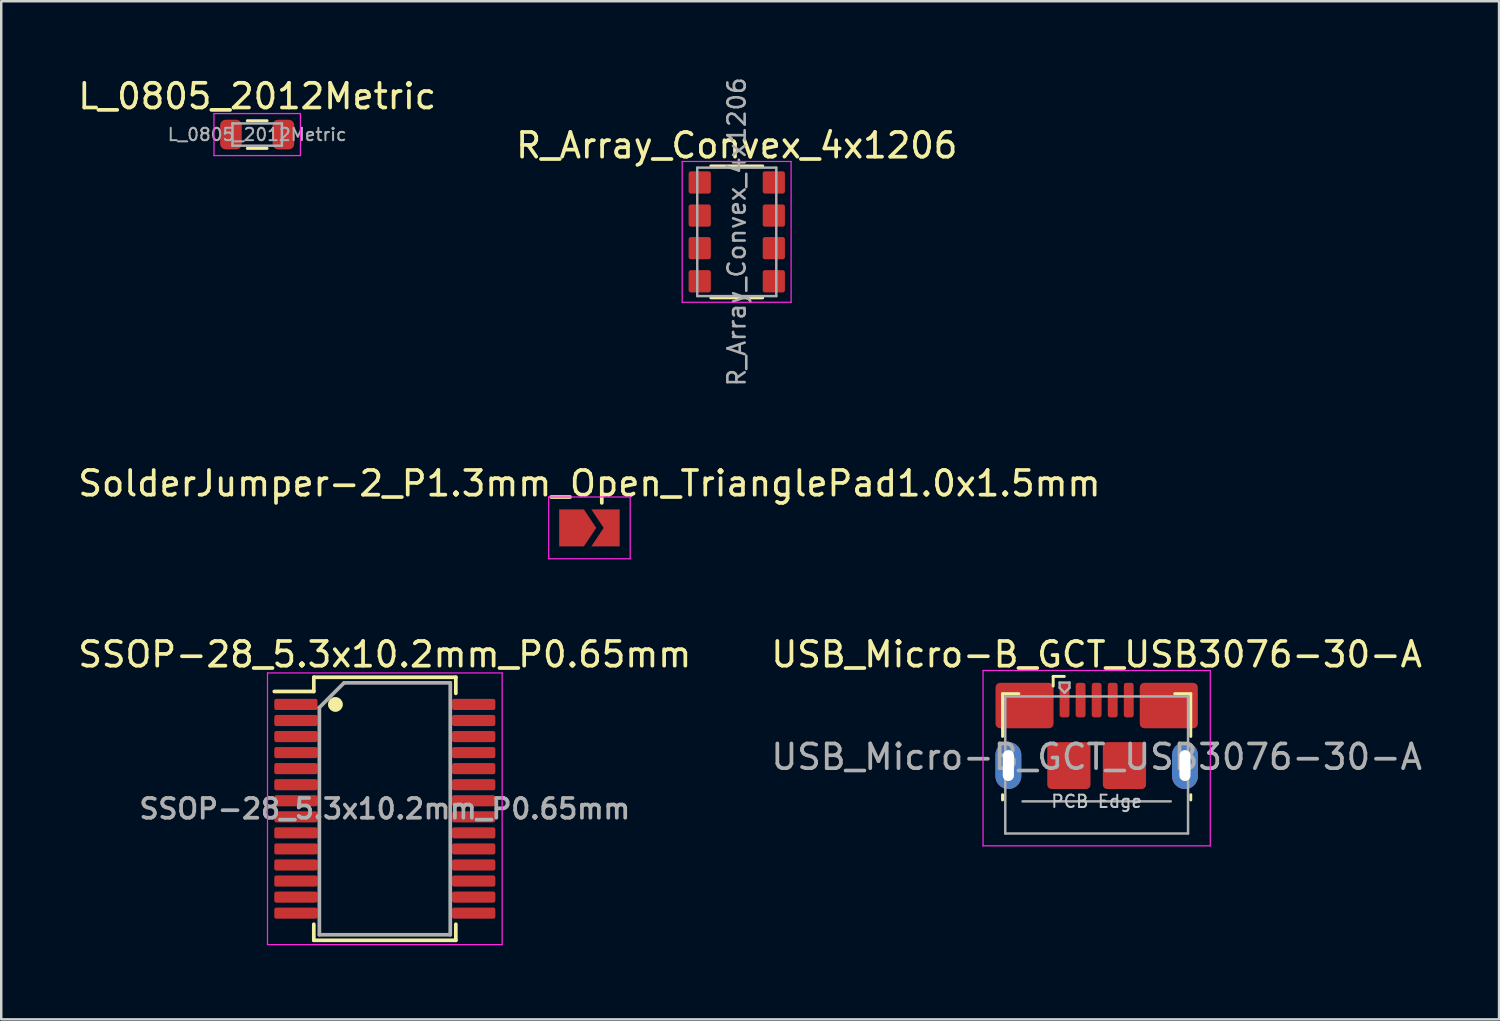
<source format=kicad_pcb>
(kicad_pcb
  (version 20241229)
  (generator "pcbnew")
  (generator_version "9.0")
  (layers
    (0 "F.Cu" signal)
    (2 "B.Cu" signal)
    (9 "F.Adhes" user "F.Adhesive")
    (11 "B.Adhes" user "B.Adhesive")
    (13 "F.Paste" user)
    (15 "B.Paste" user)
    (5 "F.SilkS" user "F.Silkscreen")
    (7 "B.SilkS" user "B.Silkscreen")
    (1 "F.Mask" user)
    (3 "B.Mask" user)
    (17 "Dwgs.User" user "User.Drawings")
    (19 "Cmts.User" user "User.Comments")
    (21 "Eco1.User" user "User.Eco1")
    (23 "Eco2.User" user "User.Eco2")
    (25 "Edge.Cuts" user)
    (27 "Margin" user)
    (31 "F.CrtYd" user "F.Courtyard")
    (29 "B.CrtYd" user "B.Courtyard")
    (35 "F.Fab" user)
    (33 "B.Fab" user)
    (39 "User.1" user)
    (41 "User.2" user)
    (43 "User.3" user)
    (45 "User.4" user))
  (footprint "SolderJumper-2_P1.3mm_Open_TrianglePad1.0x1.5mm"
    (layer "F.Cu")
    (at 20.815 18.323)
    (property "Reference" "SolderJumper-2_P1.3mm_Open_TrianglePad1.0x1.5mm" (at 0 -1.8 0) (layer "F.SilkS") (effects (font (size 1 1) (thickness 0.15))))
    (attr exclude_from_pos_files exclude_from_bom)
    (fp_line (start -1.65 -1.25) (end -1.65 1.25) (stroke (width 0.05) (type solid)) (layer "F.CrtYd"))
    (fp_line (start -1.65 -1.25) (end 1.65 -1.25) (stroke (width 0.05) (type solid)) (layer "F.CrtYd"))
    (fp_line (start 1.65 1.25) (end -1.65 1.25) (stroke (width 0.05) (type solid)) (layer "F.CrtYd"))
    (fp_line (start 1.65 1.25) (end 1.65 -1.25) (stroke (width 0.05) (type solid)) (layer "F.CrtYd"))
    (pad "1" smd custom (at -0.725 0) (size 0.3 0.3) (layers "F.Cu" "F.Mask") (options (anchor rect)) (primitives (gr_poly (pts (xy -0.5 -0.75) (xy 0.5 -0.75) (xy 1 0) (xy 0.5 0.75) (xy -0.5 0.75)) (width 0) (fill yes))))
    (pad "2" smd custom (at 0.725 0) (size 0.3 0.3) (layers "F.Cu" "F.Mask") (options (anchor rect)) (primitives (gr_poly (pts (xy -0.65 -0.75) (xy 0.5 -0.75) (xy 0.5 0.75) (xy -0.65 0.75) (xy -0.15 0)) (width 0) (fill yes)))))
  (footprint "L_0805_2012Metric"
    (layer "F.Cu")
    (at 7.363 2.398)
    (property "Reference" "L_0805_2012Metric" (at 0 -1.55 0) (layer "F.SilkS") (effects (font (size 1 1) (thickness 0.15))))
    (attr smd)
    (fp_line (start -0.4 -0.56) (end 0.4 -0.56) (stroke (width 0.12) (type solid)) (layer "F.SilkS"))
    (fp_line (start -0.4 0.56) (end 0.4 0.56) (stroke (width 0.12) (type solid)) (layer "F.SilkS"))
    (fp_line (start -1.75 -0.85) (end 1.75 -0.85) (stroke (width 0.05) (type solid)) (layer "F.CrtYd"))
    (fp_line (start -1.75 0.85) (end -1.75 -0.85) (stroke (width 0.05) (type solid)) (layer "F.CrtYd"))
    (fp_line (start 1.75 -0.85) (end 1.75 0.85) (stroke (width 0.05) (type solid)) (layer "F.CrtYd"))
    (fp_line (start 1.75 0.85) (end -1.75 0.85) (stroke (width 0.05) (type solid)) (layer "F.CrtYd"))
    (fp_line (start -1 -0.45) (end 1 -0.45) (stroke (width 0.1) (type solid)) (layer "F.Fab"))
    (fp_line (start -1 0.45) (end -1 -0.45) (stroke (width 0.1) (type solid)) (layer "F.Fab"))
    (fp_line (start 1 -0.45) (end 1 0.45) (stroke (width 0.1) (type solid)) (layer "F.Fab"))
    (fp_line (start 1 0.45) (end -1 0.45) (stroke (width 0.1) (type solid)) (layer "F.Fab"))
    (fp_text user "${REFERENCE}" (at 0 0 0) (layer "F.Fab") (effects (font (size 0.5 0.5) (thickness 0.08))))
    (pad "1" smd roundrect (at -1.062 0) (size 0.875 1.2) (layers "F.Cu" "F.Mask" "F.Paste") (roundrect_rratio 0.25))
    (pad "2" smd roundrect (at 1.062 0) (size 0.875 1.2) (layers "F.Cu" "F.Mask" "F.Paste") (roundrect_rratio 0.25)))
  (footprint "SSOP-28_5.3x10.2mm_P0.65mm"
    (layer "F.Cu")
    (at 12.53 29.696)
    (property "Reference" "SSOP-28_5.3x10.2mm_P0.65mm" (at 0 -6.25 0) (layer "F.SilkS") (effects (font (size 1 1) (thickness 0.15))))
    (attr smd)
    (fp_line (start -2.875 -5.325) (end -2.875 -4.75) (stroke (width 0.15) (type solid)) (layer "F.SilkS"))
    (fp_line (start -2.875 -5.325) (end 2.875 -5.325) (stroke (width 0.15) (type solid)) (layer "F.SilkS"))
    (fp_line (start -2.875 -4.75) (end -4.475 -4.75) (stroke (width 0.15) (type solid)) (layer "F.SilkS"))
    (fp_line (start -2.875 5.325) (end -2.875 4.675) (stroke (width 0.15) (type solid)) (layer "F.SilkS"))
    (fp_line (start -2.875 5.325) (end 2.875 5.325) (stroke (width 0.15) (type solid)) (layer "F.SilkS"))
    (fp_line (start 2.875 -5.325) (end 2.875 -4.675) (stroke (width 0.15) (type solid)) (layer "F.SilkS"))
    (fp_line (start 2.875 5.325) (end 2.875 4.675) (stroke (width 0.15) (type solid)) (layer "F.SilkS"))
    (fp_circle (center -2 -4.225) (end -1.85 -4.225) (stroke (width 0.3) (type solid)) (fill no) (layer "F.SilkS"))
    (fp_line (start -4.75 -5.5) (end -4.75 5.5) (stroke (width 0.05) (type solid)) (layer "F.CrtYd"))
    (fp_line (start -4.75 -5.5) (end 4.75 -5.5) (stroke (width 0.05) (type solid)) (layer "F.CrtYd"))
    (fp_line (start -4.75 5.5) (end 4.75 5.5) (stroke (width 0.05) (type solid)) (layer "F.CrtYd"))
    (fp_line (start 4.75 -5.5) (end 4.75 5.5) (stroke (width 0.05) (type solid)) (layer "F.CrtYd"))
    (fp_line (start -2.65 -4.1) (end -1.65 -5.1) (stroke (width 0.15) (type solid)) (layer "F.Fab"))
    (fp_line (start -2.65 5.1) (end -2.65 -4.1) (stroke (width 0.15) (type solid)) (layer "F.Fab"))
    (fp_line (start -1.65 -5.1) (end 2.65 -5.1) (stroke (width 0.15) (type solid)) (layer "F.Fab"))
    (fp_line (start 2.65 -5.1) (end 2.65 5.1) (stroke (width 0.15) (type solid)) (layer "F.Fab"))
    (fp_line (start 2.65 5.1) (end -2.65 5.1) (stroke (width 0.15) (type solid)) (layer "F.Fab"))
    (fp_text user "${REFERENCE}" (at 0 0 0) (layer "F.Fab") (effects (font (size 0.8 0.8) (thickness 0.15))))
    (pad "1" smd roundrect (at -3.6 -4.225) (size 1.75 0.45) (layers "F.Cu" "F.Mask" "F.Paste") (roundrect_rratio 0.18))
    (pad "2" smd roundrect (at -3.6 -3.575) (size 1.75 0.45) (layers "F.Cu" "F.Mask" "F.Paste") (roundrect_rratio 0.18))
    (pad "3" smd roundrect (at -3.6 -2.925) (size 1.75 0.45) (layers "F.Cu" "F.Mask" "F.Paste") (roundrect_rratio 0.18))
    (pad "4" smd roundrect (at -3.6 -2.275) (size 1.75 0.45) (layers "F.Cu" "F.Mask" "F.Paste") (roundrect_rratio 0.18))
    (pad "5" smd roundrect (at -3.6 -1.625) (size 1.75 0.45) (layers "F.Cu" "F.Mask" "F.Paste") (roundrect_rratio 0.18))
    (pad "6" smd roundrect (at -3.6 -0.975) (size 1.75 0.45) (layers "F.Cu" "F.Mask" "F.Paste") (roundrect_rratio 0.18))
    (pad "7" smd roundrect (at -3.6 -0.325) (size 1.75 0.45) (layers "F.Cu" "F.Mask" "F.Paste") (roundrect_rratio 0.18))
    (pad "8" smd roundrect (at -3.6 0.325) (size 1.75 0.45) (layers "F.Cu" "F.Mask" "F.Paste") (roundrect_rratio 0.18))
    (pad "9" smd roundrect (at -3.6 0.975) (size 1.75 0.45) (layers "F.Cu" "F.Mask" "F.Paste") (roundrect_rratio 0.18))
    (pad "10" smd roundrect (at -3.6 1.625) (size 1.75 0.45) (layers "F.Cu" "F.Mask" "F.Paste") (roundrect_rratio 0.18))
    (pad "11" smd roundrect (at -3.6 2.275) (size 1.75 0.45) (layers "F.Cu" "F.Mask" "F.Paste") (roundrect_rratio 0.18))
    (pad "12" smd roundrect (at -3.6 2.925) (size 1.75 0.45) (layers "F.Cu" "F.Mask" "F.Paste") (roundrect_rratio 0.18))
    (pad "13" smd roundrect (at -3.6 3.575) (size 1.75 0.45) (layers "F.Cu" "F.Mask" "F.Paste") (roundrect_rratio 0.18))
    (pad "14" smd roundrect (at -3.6 4.225) (size 1.75 0.45) (layers "F.Cu" "F.Mask" "F.Paste") (roundrect_rratio 0.18))
    (pad "15" smd roundrect (at 3.6 4.225) (size 1.75 0.45) (layers "F.Cu" "F.Mask" "F.Paste") (roundrect_rratio 0.18))
    (pad "16" smd roundrect (at 3.6 3.575) (size 1.75 0.45) (layers "F.Cu" "F.Mask" "F.Paste") (roundrect_rratio 0.18))
    (pad "17" smd roundrect (at 3.6 2.925) (size 1.75 0.45) (layers "F.Cu" "F.Mask" "F.Paste") (roundrect_rratio 0.18))
    (pad "18" smd roundrect (at 3.6 2.275) (size 1.75 0.45) (layers "F.Cu" "F.Mask" "F.Paste") (roundrect_rratio 0.18))
    (pad "19" smd roundrect (at 3.6 1.625) (size 1.75 0.45) (layers "F.Cu" "F.Mask" "F.Paste") (roundrect_rratio 0.18))
    (pad "20" smd roundrect (at 3.6 0.975) (size 1.75 0.45) (layers "F.Cu" "F.Mask" "F.Paste") (roundrect_rratio 0.18))
    (pad "21" smd roundrect (at 3.6 0.325) (size 1.75 0.45) (layers "F.Cu" "F.Mask" "F.Paste") (roundrect_rratio 0.18))
    (pad "22" smd roundrect (at 3.6 -0.325) (size 1.75 0.45) (layers "F.Cu" "F.Mask" "F.Paste") (roundrect_rratio 0.18))
    (pad "23" smd roundrect (at 3.6 -0.975) (size 1.75 0.45) (layers "F.Cu" "F.Mask" "F.Paste") (roundrect_rratio 0.18))
    (pad "24" smd roundrect (at 3.6 -1.625) (size 1.75 0.45) (layers "F.Cu" "F.Mask" "F.Paste") (roundrect_rratio 0.18))
    (pad "25" smd roundrect (at 3.6 -2.275) (size 1.75 0.45) (layers "F.Cu" "F.Mask" "F.Paste") (roundrect_rratio 0.18))
    (pad "26" smd roundrect (at 3.6 -2.925) (size 1.75 0.45) (layers "F.Cu" "F.Mask" "F.Paste") (roundrect_rratio 0.18))
    (pad "27" smd roundrect (at 3.6 -3.575) (size 1.75 0.45) (layers "F.Cu" "F.Mask" "F.Paste") (roundrect_rratio 0.18))
    (pad "28" smd roundrect (at 3.6 -4.225) (size 1.75 0.45) (layers "F.Cu" "F.Mask" "F.Paste") (roundrect_rratio 0.18)))
  (footprint "USB_Micro-B_GCT_USB3076-30-A"
    (layer "F.Cu")
    (at 41.351 26.746)
    (property "Reference" "USB_Micro-B_GCT_USB3076-30-A" (at 0 -3.3 0) (layer "F.SilkS") (effects (font (size 1 1) (thickness 0.15))))
    (attr smd)
    (fp_line (start -3.81 -1.71) (end -3.15 -1.71) (stroke (width 0.12) (type solid)) (layer "F.SilkS"))
    (fp_line (start -3.81 0.02) (end -3.81 -1.71) (stroke (width 0.12) (type solid)) (layer "F.SilkS"))
    (fp_line (start -3.81 2.59) (end -3.81 2.38) (stroke (width 0.12) (type solid)) (layer "F.SilkS"))
    (fp_line (start -1.76 -2.41) (end -1.76 -2.02) (stroke (width 0.12) (type solid)) (layer "F.SilkS"))
    (fp_line (start -1.76 -2.41) (end -1.31 -2.41) (stroke (width 0.12) (type solid)) (layer "F.SilkS"))
    (fp_line (start 3.81 -1.71) (end 3.16 -1.71) (stroke (width 0.12) (type solid)) (layer "F.SilkS"))
    (fp_line (start 3.81 0.02) (end 3.81 -1.71) (stroke (width 0.12) (type solid)) (layer "F.SilkS"))
    (fp_line (start 3.81 2.59) (end 3.81 2.38) (stroke (width 0.12) (type solid)) (layer "F.SilkS"))
    (fp_line (start -4.6 -2.65) (end 4.6 -2.65) (stroke (width 0.05) (type solid)) (layer "F.CrtYd"))
    (fp_line (start -4.6 4.45) (end -4.6 -2.65) (stroke (width 0.05) (type solid)) (layer "F.CrtYd"))
    (fp_line (start -4.6 4.45) (end 4.6 4.45) (stroke (width 0.05) (type solid)) (layer "F.CrtYd"))
    (fp_line (start 4.6 -2.65) (end 4.6 4.45) (stroke (width 0.05) (type solid)) (layer "F.CrtYd"))
    (fp_line (start -3.7 -1.6) (end 3.7 -1.6) (stroke (width 0.1) (type solid)) (layer "F.Fab"))
    (fp_line (start -3.7 3.95) (end -3.7 -1.6) (stroke (width 0.1) (type solid)) (layer "F.Fab"))
    (fp_line (start -3.7 3.95) (end 3.7 3.95) (stroke (width 0.1) (type solid)) (layer "F.Fab"))
    (fp_line (start -3 2.65) (end 3 2.65) (stroke (width 0.1) (type solid)) (layer "F.Fab"))
    (fp_line (start -1.5 -2.16) (end -1.5 -1.95) (stroke (width 0.1) (type solid)) (layer "F.Fab"))
    (fp_line (start -1.5 -2.16) (end -1.1 -2.16) (stroke (width 0.1) (type solid)) (layer "F.Fab"))
    (fp_line (start -1.3 -1.75) (end -1.5 -1.95) (stroke (width 0.1) (type solid)) (layer "F.Fab"))
    (fp_line (start -1.1 -2.16) (end -1.1 -1.95) (stroke (width 0.1) (type solid)) (layer "F.Fab"))
    (fp_line (start -1.1 -1.95) (end -1.3 -1.75) (stroke (width 0.1) (type solid)) (layer "F.Fab"))
    (fp_line (start 3.7 3.95) (end 3.7 -1.6) (stroke (width 0.1) (type solid)) (layer "F.Fab"))
    (fp_text user "PCB Edge" (at 0 2.65 0) (layer "Dwgs.User") (effects (font (size 0.5 0.5) (thickness 0.08))))
    (fp_text user "${REFERENCE}" (at 0 0.85 0) (layer "F.Fab") (effects (font (size 1 1) (thickness 0.15))))
    (pad "1" smd roundrect (at -1.3 -1.45) (size 0.4 1.4) (layers "F.Cu" "F.Mask" "F.Paste") (roundrect_rratio 0.25))
    (pad "2" smd roundrect (at -0.65 -1.45) (size 0.4 1.4) (layers "F.Cu" "F.Mask" "F.Paste") (roundrect_rratio 0.25))
    (pad "3" smd roundrect (at 0 -1.45) (size 0.4 1.4) (layers "F.Cu" "F.Mask" "F.Paste") (roundrect_rratio 0.25))
    (pad "4" smd roundrect (at 0.65 -1.45) (size 0.4 1.4) (layers "F.Cu" "F.Mask" "F.Paste") (roundrect_rratio 0.25))
    (pad "5" smd roundrect (at 1.3 -1.45) (size 0.4 1.4) (layers "F.Cu" "F.Mask" "F.Paste") (roundrect_rratio 0.25))
    (pad "6" thru_hole oval (at -3.575 1.2 180) (size 1.05 1.9) (drill oval 0.45 1.25) (layers "*.Cu" "*.Mask"))
    (pad "6" smd roundrect (at -2.92 -1.23) (size 2.35 1.84) (layers "F.Cu" "F.Mask" "F.Paste") (roundrect_rratio 0.1))
    (pad "6" smd roundrect (at -1.125 1.2) (size 1.75 1.9) (layers "F.Cu" "F.Mask" "F.Paste") (roundrect_rratio 0.1))
    (pad "6" smd roundrect (at 1.125 1.2) (size 1.75 1.9) (layers "F.Cu" "F.Mask" "F.Paste") (roundrect_rratio 0.1))
    (pad "6" smd roundrect (at 2.92 -1.23) (size 2.35 1.84) (layers "F.Cu" "F.Mask" "F.Paste") (roundrect_rratio 0.1))
    (pad "6" thru_hole oval (at 3.575 1.2) (size 1.05 1.9) (drill oval 0.45 1.25) (layers "*.Cu" "*.Mask")))
  (footprint "R_Array_Convex_4x1206"
    (layer "F.Cu")
    (at 26.78 6.338)
    (property "Reference" "R_Array_Convex_4x1206" (at 0 -3.5 0) (layer "F.SilkS") (effects (font (size 1 1) (thickness 0.15))))
    (attr smd)
    (fp_line (start 1.05 -2.67) (end -1.05 -2.67) (stroke (width 0.12) (type solid)) (layer "F.SilkS"))
    (fp_line (start 1.05 2.67) (end -1.05 2.67) (stroke (width 0.12) (type solid)) (layer "F.SilkS"))
    (fp_line (start -2.21 -2.85) (end -2.21 2.85) (stroke (width 0.05) (type solid)) (layer "F.CrtYd"))
    (fp_line (start -2.21 -2.85) (end 2.2 -2.85) (stroke (width 0.05) (type solid)) (layer "F.CrtYd"))
    (fp_line (start 2.2 2.85) (end -2.21 2.85) (stroke (width 0.05) (type solid)) (layer "F.CrtYd"))
    (fp_line (start 2.2 2.85) (end 2.2 -2.85) (stroke (width 0.05) (type solid)) (layer "F.CrtYd"))
    (fp_line (start -1.6 -2.6) (end -1.6 2.6) (stroke (width 0.1) (type solid)) (layer "F.Fab"))
    (fp_line (start -1.6 2.6) (end 1.6 2.6) (stroke (width 0.1) (type solid)) (layer "F.Fab"))
    (fp_line (start 1.6 -2.6) (end -1.6 -2.6) (stroke (width 0.1) (type solid)) (layer "F.Fab"))
    (fp_line (start 1.6 2.6) (end 1.6 -2.6) (stroke (width 0.1) (type solid)) (layer "F.Fab"))
    (fp_text user "${REFERENCE}" (at 0 0 90) (layer "F.Fab") (effects (font (size 0.7 0.7) (thickness 0.105))))
    (pad "1" smd roundrect (at -1.5 -2) (size 0.9 0.9) (layers "F.Cu" "F.Mask" "F.Paste") (roundrect_rratio 0.1))
    (pad "2" smd roundrect (at -1.5 -0.66) (size 0.9 0.9) (layers "F.Cu" "F.Mask" "F.Paste") (roundrect_rratio 0.1))
    (pad "3" smd roundrect (at -1.5 0.66) (size 0.9 0.9) (layers "F.Cu" "F.Mask" "F.Paste") (roundrect_rratio 0.1))
    (pad "4" smd roundrect (at -1.5 2) (size 0.9 0.9) (layers "F.Cu" "F.Mask" "F.Paste") (roundrect_rratio 0.1))
    (pad "5" smd roundrect (at 1.5 2) (size 0.9 0.9) (layers "F.Cu" "F.Mask" "F.Paste") (roundrect_rratio 0.1))
    (pad "6" smd roundrect (at 1.5 0.66) (size 0.9 0.9) (layers "F.Cu" "F.Mask" "F.Paste") (roundrect_rratio 0.1))
    (pad "7" smd roundrect (at 1.5 -0.66) (size 0.9 0.9) (layers "F.Cu" "F.Mask" "F.Paste") (roundrect_rratio 0.1))
    (pad "8" smd roundrect (at 1.5 -2) (size 0.9 0.9) (layers "F.Cu" "F.Mask" "F.Paste") (roundrect_rratio 0.1)))
  (gr_rect
    (start -3 -3)
    (end 57.643 38.221)
    (stroke (width 0.1) (type default))
    (fill no)
    (layer "Edge.Cuts")))
</source>
